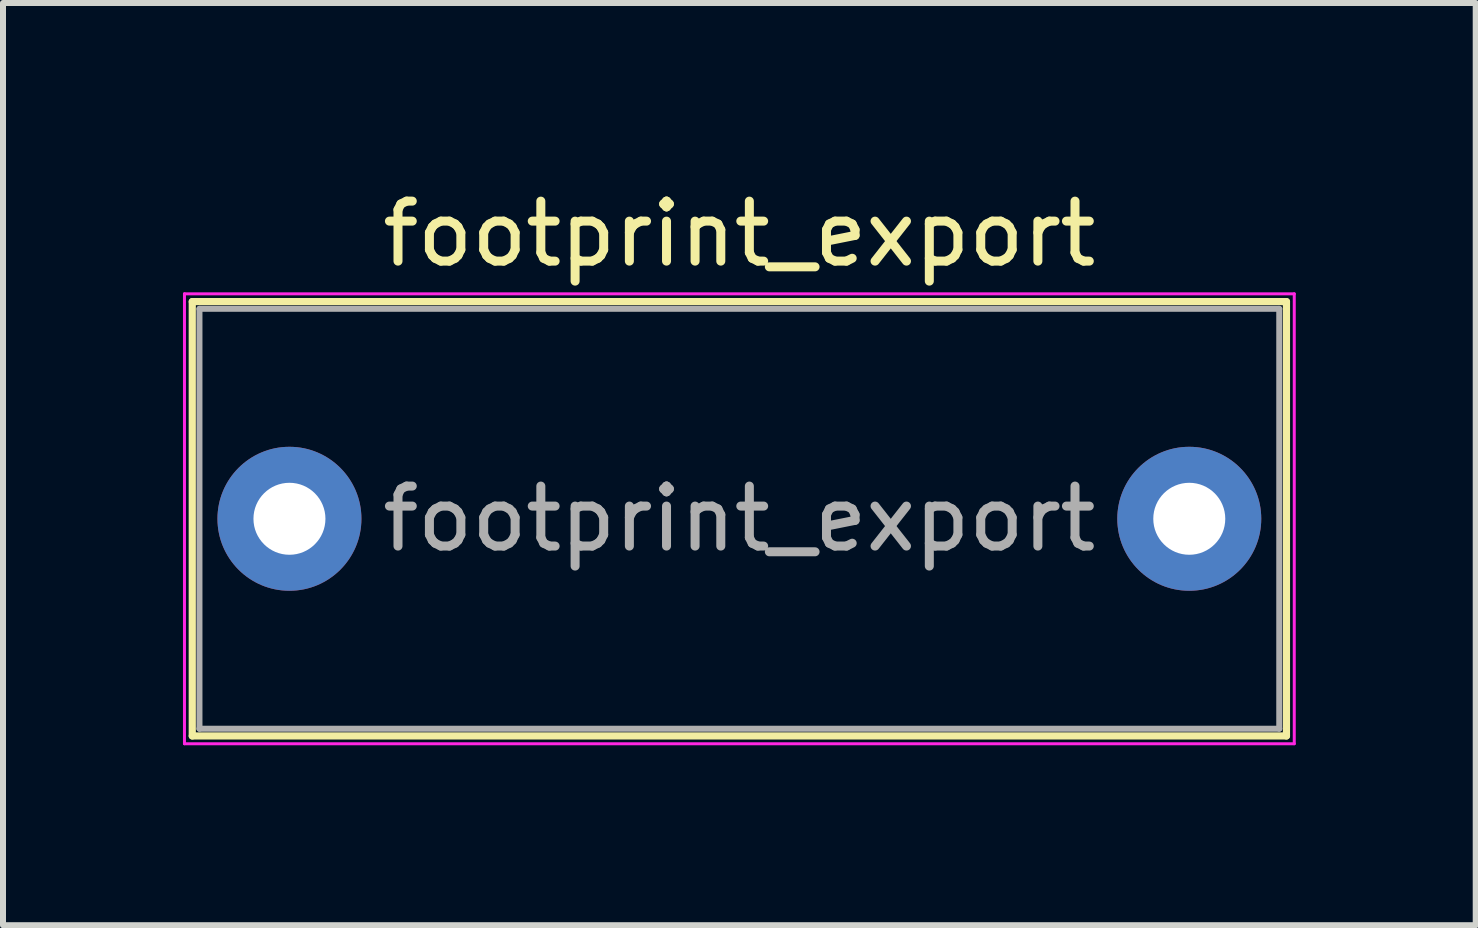
<source format=kicad_pcb>
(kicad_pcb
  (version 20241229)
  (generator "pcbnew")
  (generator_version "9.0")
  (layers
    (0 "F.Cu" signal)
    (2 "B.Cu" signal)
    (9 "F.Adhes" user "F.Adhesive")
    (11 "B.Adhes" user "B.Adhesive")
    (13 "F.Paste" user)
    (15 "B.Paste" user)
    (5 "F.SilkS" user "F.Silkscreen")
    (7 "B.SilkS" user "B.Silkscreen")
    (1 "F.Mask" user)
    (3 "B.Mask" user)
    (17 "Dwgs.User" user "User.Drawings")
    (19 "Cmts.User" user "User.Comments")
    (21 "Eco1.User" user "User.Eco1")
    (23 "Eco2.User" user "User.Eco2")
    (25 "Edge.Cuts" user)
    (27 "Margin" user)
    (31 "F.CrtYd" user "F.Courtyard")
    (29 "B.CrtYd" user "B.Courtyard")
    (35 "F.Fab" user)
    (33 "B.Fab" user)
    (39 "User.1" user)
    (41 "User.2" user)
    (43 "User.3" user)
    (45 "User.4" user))
  (footprint "footprint_export"
    (layer "F.Cu")
    (at 1.775 5.598)
    (property "Reference" "footprint_export" (at 7.5 -4.75 0) (layer "F.SilkS") (effects (font (size 1 1) (thickness 0.15))))
    (attr through_hole)
    (fp_line (start -1.62 -3.62) (end -1.62 3.62) (stroke (width 0.12) (type solid)) (layer "F.SilkS"))
    (fp_line (start -1.62 -3.62) (end 16.62 -3.62) (stroke (width 0.12) (type solid)) (layer "F.SilkS"))
    (fp_line (start -1.62 3.62) (end 16.62 3.62) (stroke (width 0.12) (type solid)) (layer "F.SilkS"))
    (fp_line (start 16.62 -3.62) (end 16.62 3.62) (stroke (width 0.12) (type solid)) (layer "F.SilkS"))
    (fp_line (start -1.75 -3.75) (end -1.75 3.75) (stroke (width 0.05) (type solid)) (layer "F.CrtYd"))
    (fp_line (start -1.75 3.75) (end 16.75 3.75) (stroke (width 0.05) (type solid)) (layer "F.CrtYd"))
    (fp_line (start 16.75 -3.75) (end -1.75 -3.75) (stroke (width 0.05) (type solid)) (layer "F.CrtYd"))
    (fp_line (start 16.75 3.75) (end 16.75 -3.75) (stroke (width 0.05) (type solid)) (layer "F.CrtYd"))
    (fp_line (start -1.5 -3.5) (end -1.5 3.5) (stroke (width 0.1) (type solid)) (layer "F.Fab"))
    (fp_line (start -1.5 3.5) (end 16.5 3.5) (stroke (width 0.1) (type solid)) (layer "F.Fab"))
    (fp_line (start 16.5 -3.5) (end -1.5 -3.5) (stroke (width 0.1) (type solid)) (layer "F.Fab"))
    (fp_line (start 16.5 3.5) (end 16.5 -3.5) (stroke (width 0.1) (type solid)) (layer "F.Fab"))
    (fp_text user "${REFERENCE}" (at 7.5 0 0) (layer "F.Fab") (effects (font (size 1 1) (thickness 0.15))))
    (pad "1" thru_hole circle (at 0 0) (size 2.4 2.4) (drill 1.2) (layers "*.Cu" "*.Mask"))
    (pad "2" thru_hole circle (at 15 0) (size 2.4 2.4) (drill 1.2) (layers "*.Cu" "*.Mask")))
  (gr_rect
    (start -3 -3)
    (end 21.55 12.373)
    (stroke (width 0.1) (type default))
    (fill no)
    (layer "Edge.Cuts")))
</source>
